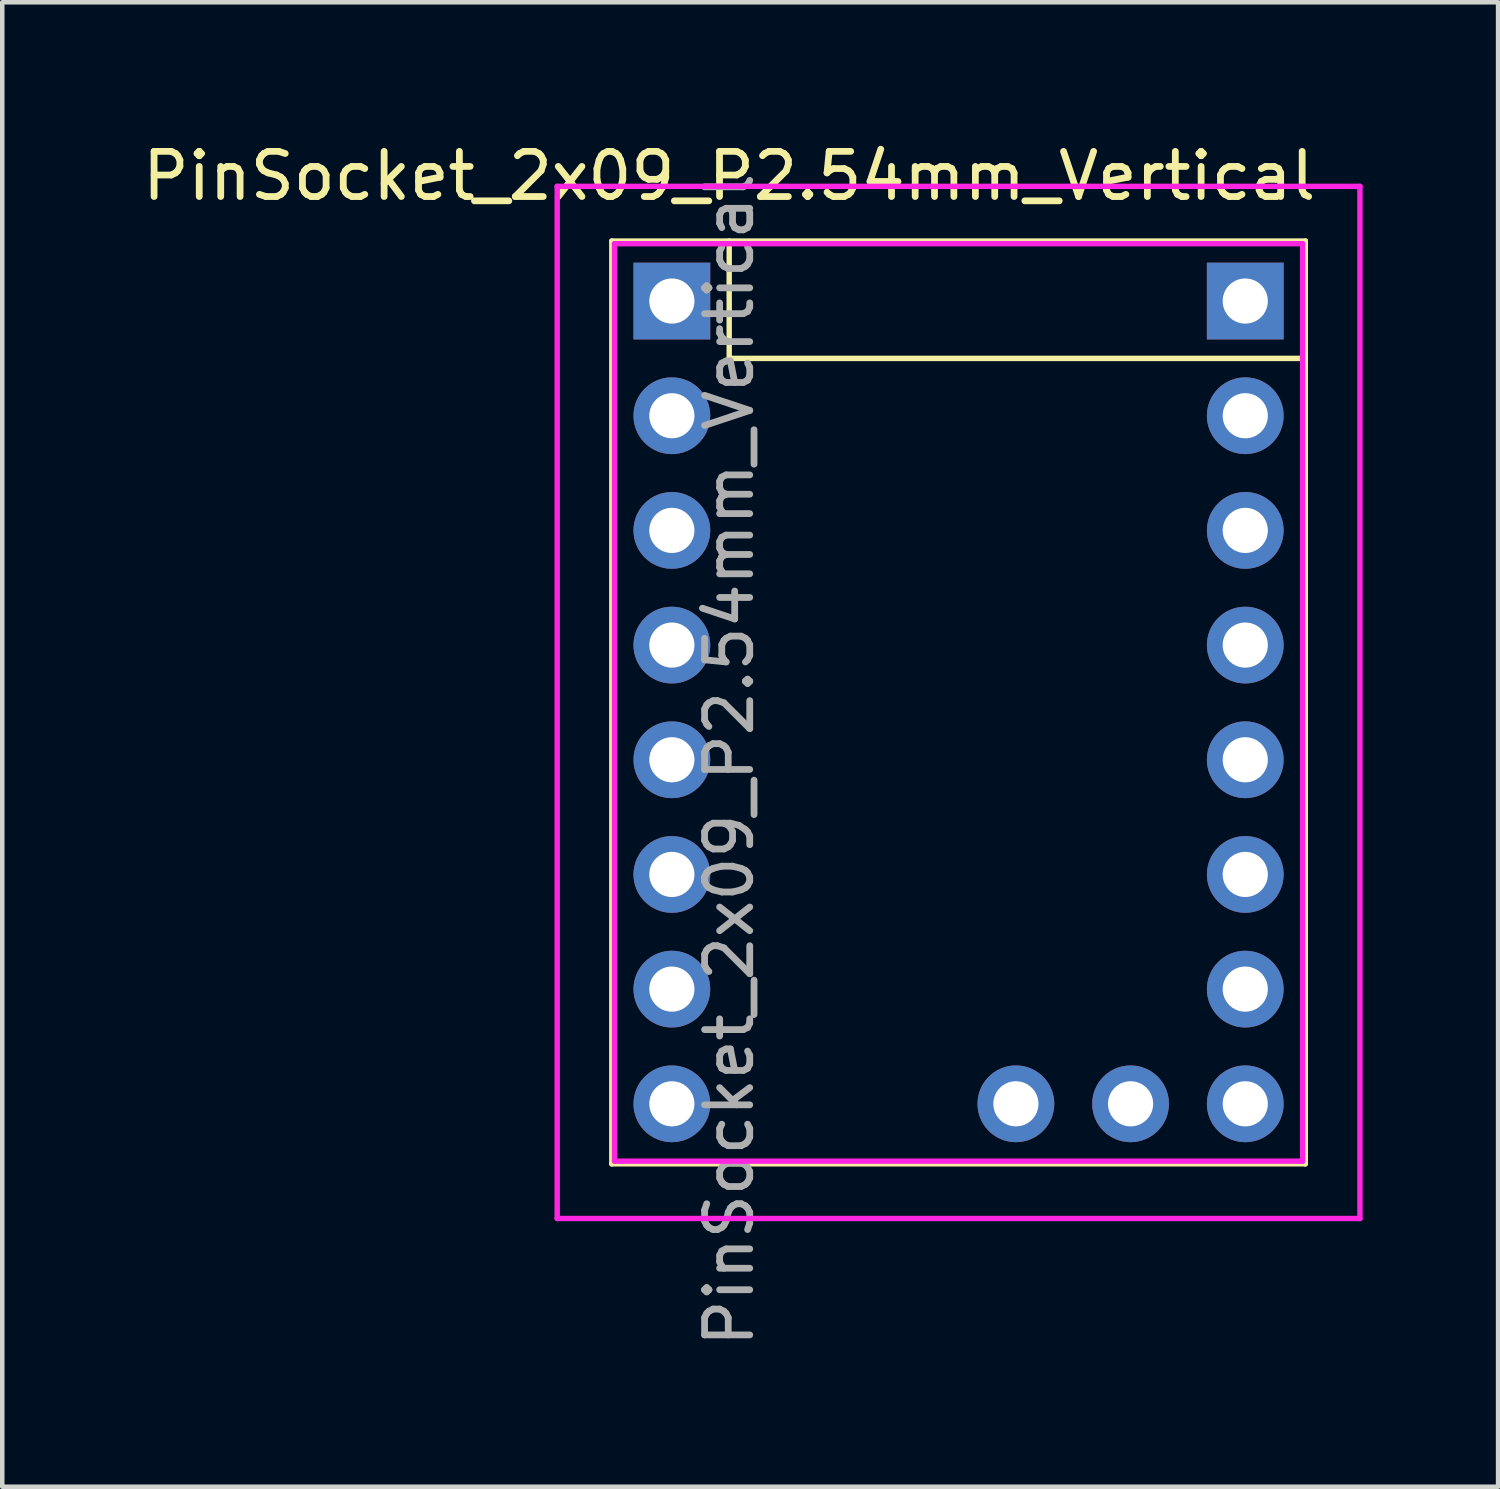
<source format=kicad_pcb>
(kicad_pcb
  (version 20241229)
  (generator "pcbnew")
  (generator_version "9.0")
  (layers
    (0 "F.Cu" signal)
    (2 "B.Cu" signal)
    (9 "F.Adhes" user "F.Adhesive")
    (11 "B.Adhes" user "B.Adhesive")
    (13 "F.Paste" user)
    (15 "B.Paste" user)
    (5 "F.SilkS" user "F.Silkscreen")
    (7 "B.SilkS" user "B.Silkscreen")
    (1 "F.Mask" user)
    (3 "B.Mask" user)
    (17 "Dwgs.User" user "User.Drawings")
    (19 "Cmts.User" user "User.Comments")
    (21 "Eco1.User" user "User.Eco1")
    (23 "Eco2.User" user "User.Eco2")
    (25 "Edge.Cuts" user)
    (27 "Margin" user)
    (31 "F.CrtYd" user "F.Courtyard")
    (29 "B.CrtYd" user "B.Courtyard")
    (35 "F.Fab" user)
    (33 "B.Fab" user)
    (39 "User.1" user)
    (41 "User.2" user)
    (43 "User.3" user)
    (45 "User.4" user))
  (footprint "PinSocket_2x09_P2.54mm_Vertical"
    (layer "F.Cu")
    (at 14.371 3.618)
    (property "Reference" "PinSocket_2x09_P2.54mm_Vertical" (at -1.27 -2.77 0) (layer "F.SilkS") (effects (font (size 1 1) (thickness 0.15))))
    (attr through_hole)
    (fp_line (start -3.87 -1.33) (end -3.87 19.11) (stroke (width 0.12) (type solid)) (layer "F.SilkS"))
    (fp_line (start -3.87 -1.33) (end 11.49 -1.33) (stroke (width 0.12) (type solid)) (layer "F.SilkS"))
    (fp_line (start -3.87 19.11) (end 11.49 19.11) (stroke (width 0.12) (type solid)) (layer "F.SilkS"))
    (fp_line (start -1.27 -1.33) (end -1.27 1.27) (stroke (width 0.12) (type solid)) (layer "F.SilkS"))
    (fp_line (start -1.27 1.27) (end 11.49 1.27) (stroke (width 0.12) (type solid)) (layer "F.SilkS"))
    (fp_line (start 11.49 -1.33) (end 11.49 19.11) (stroke (width 0.12) (type solid)) (layer "F.SilkS"))
    (fp_line (start -5.08 -2.54) (end 12.7 -2.54) (stroke (width 0.12) (type solid)) (layer "F.CrtYd"))
    (fp_line (start -5.08 20.32) (end -5.08 -2.54) (stroke (width 0.12) (type solid)) (layer "F.CrtYd"))
    (fp_line (start -3.81 -1.27) (end -3.81 19.05) (stroke (width 0.12) (type solid)) (layer "F.CrtYd"))
    (fp_line (start -3.81 19.05) (end 11.43 19.05) (stroke (width 0.12) (type solid)) (layer "F.CrtYd"))
    (fp_line (start 11.43 -1.27) (end -3.81 -1.27) (stroke (width 0.12) (type solid)) (layer "F.CrtYd"))
    (fp_line (start 11.43 19.05) (end 11.43 -1.27) (stroke (width 0.12) (type solid)) (layer "F.CrtYd"))
    (fp_line (start 12.7 -2.54) (end 12.7 20.32) (stroke (width 0.12) (type solid)) (layer "F.CrtYd"))
    (fp_line (start 12.7 20.32) (end -5.08 20.32) (stroke (width 0.12) (type solid)) (layer "F.CrtYd"))
    (fp_text user "${REFERENCE}" (at -1.27 10.16 90) (layer "F.Fab") (effects (font (size 1 1) (thickness 0.15))))
    (pad "1" thru_hole rect (at -2.54 0) (size 1.7 1.7) (drill 1) (layers "*.Cu" "*.Mask"))
    (pad "2" thru_hole oval (at -2.54 2.54) (size 1.7 1.7) (drill 1) (layers "*.Cu" "*.Mask"))
    (pad "3" thru_hole oval (at -2.54 5.08) (size 1.7 1.7) (drill 1) (layers "*.Cu" "*.Mask"))
    (pad "4" thru_hole oval (at -2.54 7.62) (size 1.7 1.7) (drill 1) (layers "*.Cu" "*.Mask"))
    (pad "5" thru_hole oval (at -2.54 10.16) (size 1.7 1.7) (drill 1) (layers "*.Cu" "*.Mask"))
    (pad "6" thru_hole oval (at -2.54 12.7) (size 1.7 1.7) (drill 1) (layers "*.Cu" "*.Mask"))
    (pad "7" thru_hole oval (at -2.54 15.24) (size 1.7 1.7) (drill 1) (layers "*.Cu" "*.Mask"))
    (pad "8" thru_hole oval (at -2.54 17.78) (size 1.7 1.7) (drill 1) (layers "*.Cu" "*.Mask"))
    (pad "9" thru_hole oval (at 5.08 17.78) (size 1.7 1.7) (drill 1) (layers "*.Cu" "*.Mask"))
    (pad "10" thru_hole oval (at 7.62 17.78) (size 1.7 1.7) (drill 1) (layers "*.Cu" "*.Mask"))
    (pad "11" thru_hole oval (at 10.16 17.78) (size 1.7 1.7) (drill 1) (layers "*.Cu" "*.Mask"))
    (pad "12" thru_hole oval (at 10.16 15.24) (size 1.7 1.7) (drill 1) (layers "*.Cu" "*.Mask"))
    (pad "13" thru_hole oval (at 10.16 12.7) (size 1.7 1.7) (drill 1) (layers "*.Cu" "*.Mask"))
    (pad "14" thru_hole oval (at 10.16 10.16) (size 1.7 1.7) (drill 1) (layers "*.Cu" "*.Mask"))
    (pad "15" thru_hole oval (at 10.16 7.62) (size 1.7 1.7) (drill 1) (layers "*.Cu" "*.Mask"))
    (pad "16" thru_hole oval (at 10.16 5.08) (size 1.7 1.7) (drill 1) (layers "*.Cu" "*.Mask"))
    (pad "17" thru_hole oval (at 10.16 2.54) (size 1.7 1.7) (drill 1) (layers "*.Cu" "*.Mask"))
    (pad "18" thru_hole rect (at 10.16 0) (size 1.7 1.7) (drill 1) (layers "*.Cu" "*.Mask")))
  (gr_rect
    (start -3 -3)
    (end 30.131 29.879)
    (stroke (width 0.1) (type default))
    (fill no)
    (layer "Edge.Cuts")))
</source>
